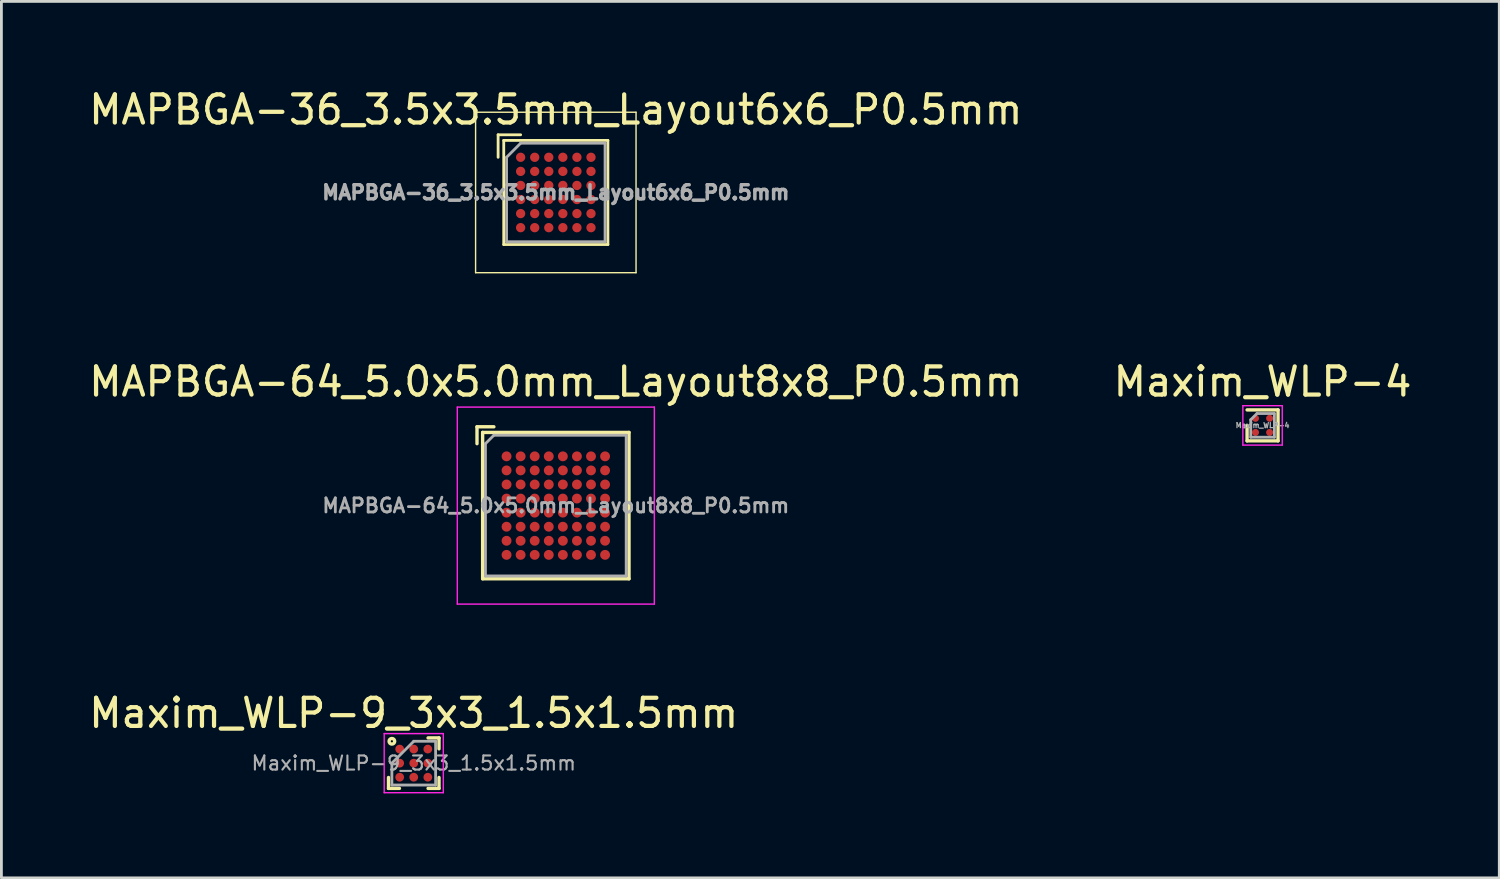
<source format=kicad_pcb>
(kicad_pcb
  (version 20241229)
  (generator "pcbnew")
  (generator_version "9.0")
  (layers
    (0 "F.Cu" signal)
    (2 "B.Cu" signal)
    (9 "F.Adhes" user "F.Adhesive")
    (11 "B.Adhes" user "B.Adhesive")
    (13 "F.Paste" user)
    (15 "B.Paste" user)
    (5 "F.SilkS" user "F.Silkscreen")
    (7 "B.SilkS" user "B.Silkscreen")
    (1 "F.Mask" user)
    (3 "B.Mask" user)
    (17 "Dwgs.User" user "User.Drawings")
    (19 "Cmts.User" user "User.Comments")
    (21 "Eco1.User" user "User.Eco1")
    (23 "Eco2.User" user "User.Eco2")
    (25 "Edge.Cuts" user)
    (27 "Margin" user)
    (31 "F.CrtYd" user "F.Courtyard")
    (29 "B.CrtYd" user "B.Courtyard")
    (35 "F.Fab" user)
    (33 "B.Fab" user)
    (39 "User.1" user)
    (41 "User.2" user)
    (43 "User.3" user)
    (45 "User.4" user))
  (footprint "Maxim_WLP-9_3x3_1.5x1.5mm"
    (layer "F.Cu")
    (at 11.649 24.062)
    (property "Reference" "Maxim_WLP-9_3x3_1.5x1.5mm" (at 0 -1.778 0) (layer "F.SilkS") (effects (font (size 1 1) (thickness 0.15))))
    (attr smd)
    (fp_line (start -0.897 0.897) (end -0.897 0.509) (stroke (width 0.12) (type solid)) (layer "F.SilkS"))
    (fp_line (start -0.509 0.897) (end -0.897 0.897) (stroke (width 0.12) (type solid)) (layer "F.SilkS"))
    (fp_line (start 0.509 -0.897) (end 0.897 -0.897) (stroke (width 0.12) (type solid)) (layer "F.SilkS"))
    (fp_line (start 0.509 0.897) (end 0.897 0.897) (stroke (width 0.12) (type solid)) (layer "F.SilkS"))
    (fp_line (start 0.897 -0.897) (end 0.897 -0.509) (stroke (width 0.12) (type solid)) (layer "F.SilkS"))
    (fp_line (start 0.897 0.897) (end 0.897 0.509) (stroke (width 0.12) (type solid)) (layer "F.SilkS"))
    (fp_circle (center -0.777 -0.777) (end -0.777 -0.677) (stroke (width 0.12) (type solid)) (fill no) (layer "F.SilkS"))
    (fp_line (start -1.05 -1.05) (end 1.05 -1.05) (stroke (width 0.05) (type solid)) (layer "F.CrtYd"))
    (fp_line (start -1.05 1.05) (end -1.05 -1.05) (stroke (width 0.05) (type solid)) (layer "F.CrtYd"))
    (fp_line (start 1.05 -1.05) (end 1.05 1.05) (stroke (width 0.05) (type solid)) (layer "F.CrtYd"))
    (fp_line (start 1.05 1.05) (end -1.05 1.05) (stroke (width 0.05) (type solid)) (layer "F.CrtYd"))
    (fp_line (start -0.777 0) (end -0.777 0.777) (stroke (width 0.1) (type solid)) (layer "F.Fab"))
    (fp_line (start -0.777 0.777) (end 0.777 0.777) (stroke (width 0.1) (type solid)) (layer "F.Fab"))
    (fp_line (start 0 -0.777) (end -0.777 0) (stroke (width 0.1) (type solid)) (layer "F.Fab"))
    (fp_line (start 0.777 -0.777) (end 0 -0.777) (stroke (width 0.1) (type solid)) (layer "F.Fab"))
    (fp_line (start 0.777 0.777) (end 0.777 -0.777) (stroke (width 0.1) (type solid)) (layer "F.Fab"))
    (fp_text user "${REFERENCE}" (at 0 0 0) (layer "F.Fab") (effects (font (size 0.5 0.5) (thickness 0.075))))
    (pad "A1" smd circle (at -0.5 -0.5) (size 0.31 0.31) (layers "F.Cu" "F.Mask" "F.Paste"))
    (pad "A2" smd circle (at 0 -0.5) (size 0.31 0.31) (layers "F.Cu" "F.Mask" "F.Paste"))
    (pad "A3" smd circle (at 0.5 -0.5) (size 0.31 0.31) (layers "F.Cu" "F.Mask" "F.Paste"))
    (pad "B1" smd circle (at -0.5 0) (size 0.31 0.31) (layers "F.Cu" "F.Mask" "F.Paste"))
    (pad "B2" smd circle (at 0 0) (size 0.31 0.31) (layers "F.Cu" "F.Mask" "F.Paste"))
    (pad "B3" smd circle (at 0.5 0) (size 0.31 0.31) (layers "F.Cu" "F.Mask" "F.Paste"))
    (pad "C1" smd circle (at -0.5 0.5) (size 0.31 0.31) (layers "F.Cu" "F.Mask" "F.Paste"))
    (pad "C2" smd circle (at 0 0.5) (size 0.31 0.31) (layers "F.Cu" "F.Mask" "F.Paste"))
    (pad "C3" smd circle (at 0.5 0.5) (size 0.31 0.31) (layers "F.Cu" "F.Mask" "F.Paste")))
  (footprint "MAPBGA-36_3.5x3.5mm_Layout6x6_P0.5mm"
    (layer "F.Cu")
    (at 16.696 3.788)
    (property "Reference" "MAPBGA-36_3.5x3.5mm_Layout6x6_P0.5mm" (at 0 -2.94 0) (layer "F.SilkS") (effects (font (size 1 1) (thickness 0.15))))
    (attr smd)
    (fp_line (start -2.85 -2.85) (end 2.85 -2.85) (stroke (width 0.05) (type solid)) (layer "F.SilkS"))
    (fp_line (start -2.85 2.85) (end -2.85 -2.85) (stroke (width 0.05) (type solid)) (layer "F.SilkS"))
    (fp_line (start -2.85 2.85) (end 2.85 2.85) (stroke (width 0.05) (type solid)) (layer "F.SilkS"))
    (fp_line (start -2.05 -2.05) (end -2.05 -1.25) (stroke (width 0.1) (type solid)) (layer "F.SilkS"))
    (fp_line (start -1.85 -1.85) (end 1.85 -1.85) (stroke (width 0.1) (type solid)) (layer "F.SilkS"))
    (fp_line (start -1.85 1.85) (end -1.85 -1.85) (stroke (width 0.1) (type solid)) (layer "F.SilkS"))
    (fp_line (start -1.85 1.85) (end 1.85 1.85) (stroke (width 0.1) (type solid)) (layer "F.SilkS"))
    (fp_line (start -1.25 -2.05) (end -2.05 -2.05) (stroke (width 0.1) (type solid)) (layer "F.SilkS"))
    (fp_line (start 1.85 1.85) (end 1.85 -1.85) (stroke (width 0.1) (type solid)) (layer "F.SilkS"))
    (fp_line (start 2.85 2.85) (end 2.85 -2.85) (stroke (width 0.05) (type solid)) (layer "F.SilkS"))
    (fp_line (start -1.75 -1.25) (end -1.25 -1.75) (stroke (width 0.1) (type solid)) (layer "F.Fab"))
    (fp_line (start -1.75 1.75) (end -1.75 -1.25) (stroke (width 0.1) (type solid)) (layer "F.Fab"))
    (fp_line (start -1.75 1.75) (end 1.75 1.75) (stroke (width 0.1) (type solid)) (layer "F.Fab"))
    (fp_line (start -1.25 -1.75) (end 1.75 -1.75) (stroke (width 0.1) (type solid)) (layer "F.Fab"))
    (fp_line (start 1.75 1.75) (end 1.75 -1.75) (stroke (width 0.1) (type solid)) (layer "F.Fab"))
    (fp_text user "${REFERENCE}" (at 0 0 0) (layer "F.Fab") (effects (font (size 0.5 0.5) (thickness 0.125))))
    (pad "A1" smd circle (at -1.25 -1.25) (size 0.33 0.33) (layers "F.Cu" "F.Mask" "F.Paste"))
    (pad "A2" smd circle (at -0.75 -1.25) (size 0.33 0.33) (layers "F.Cu" "F.Mask" "F.Paste"))
    (pad "A3" smd circle (at -0.25 -1.25) (size 0.33 0.33) (layers "F.Cu" "F.Mask" "F.Paste"))
    (pad "A4" smd circle (at 0.25 -1.25) (size 0.33 0.33) (layers "F.Cu" "F.Mask" "F.Paste"))
    (pad "A5" smd circle (at 0.75 -1.25) (size 0.33 0.33) (layers "F.Cu" "F.Mask" "F.Paste"))
    (pad "A6" smd circle (at 1.25 -1.25) (size 0.33 0.33) (layers "F.Cu" "F.Mask" "F.Paste"))
    (pad "B1" smd circle (at -1.25 -0.75) (size 0.33 0.33) (layers "F.Cu" "F.Mask" "F.Paste"))
    (pad "B2" smd circle (at -0.75 -0.75) (size 0.33 0.33) (layers "F.Cu" "F.Mask" "F.Paste"))
    (pad "B3" smd circle (at -0.25 -0.75) (size 0.33 0.33) (layers "F.Cu" "F.Mask" "F.Paste"))
    (pad "B4" smd circle (at 0.25 -0.75) (size 0.33 0.33) (layers "F.Cu" "F.Mask" "F.Paste"))
    (pad "B5" smd circle (at 0.75 -0.75) (size 0.33 0.33) (layers "F.Cu" "F.Mask" "F.Paste"))
    (pad "B6" smd circle (at 1.25 -0.75) (size 0.33 0.33) (layers "F.Cu" "F.Mask" "F.Paste"))
    (pad "C1" smd circle (at -1.25 -0.25) (size 0.33 0.33) (layers "F.Cu" "F.Mask" "F.Paste"))
    (pad "C2" smd circle (at -0.75 -0.25) (size 0.33 0.33) (layers "F.Cu" "F.Mask" "F.Paste"))
    (pad "C3" smd circle (at -0.25 -0.25) (size 0.33 0.33) (layers "F.Cu" "F.Mask" "F.Paste"))
    (pad "C4" smd circle (at 0.25 -0.25) (size 0.33 0.33) (layers "F.Cu" "F.Mask" "F.Paste"))
    (pad "C5" smd circle (at 0.75 -0.25) (size 0.33 0.33) (layers "F.Cu" "F.Mask" "F.Paste"))
    (pad "C6" smd circle (at 1.25 -0.25) (size 0.33 0.33) (layers "F.Cu" "F.Mask" "F.Paste"))
    (pad "D1" smd circle (at -1.25 0.25) (size 0.33 0.33) (layers "F.Cu" "F.Mask" "F.Paste"))
    (pad "D2" smd circle (at -0.75 0.25) (size 0.33 0.33) (layers "F.Cu" "F.Mask" "F.Paste"))
    (pad "D3" smd circle (at -0.25 0.25) (size 0.33 0.33) (layers "F.Cu" "F.Mask" "F.Paste"))
    (pad "D4" smd circle (at 0.25 0.25) (size 0.33 0.33) (layers "F.Cu" "F.Mask" "F.Paste"))
    (pad "D5" smd circle (at 0.75 0.25) (size 0.33 0.33) (layers "F.Cu" "F.Mask" "F.Paste"))
    (pad "D6" smd circle (at 1.25 0.25) (size 0.33 0.33) (layers "F.Cu" "F.Mask" "F.Paste"))
    (pad "E1" smd circle (at -1.25 0.75) (size 0.33 0.33) (layers "F.Cu" "F.Mask" "F.Paste"))
    (pad "E2" smd circle (at -0.75 0.75) (size 0.33 0.33) (layers "F.Cu" "F.Mask" "F.Paste"))
    (pad "E3" smd circle (at -0.25 0.75) (size 0.33 0.33) (layers "F.Cu" "F.Mask" "F.Paste"))
    (pad "E4" smd circle (at 0.25 0.75) (size 0.33 0.33) (layers "F.Cu" "F.Mask" "F.Paste"))
    (pad "E5" smd circle (at 0.75 0.75) (size 0.33 0.33) (layers "F.Cu" "F.Mask" "F.Paste"))
    (pad "E6" smd circle (at 1.25 0.75) (size 0.33 0.33) (layers "F.Cu" "F.Mask" "F.Paste"))
    (pad "F1" smd circle (at -1.25 1.25) (size 0.33 0.33) (layers "F.Cu" "F.Mask" "F.Paste"))
    (pad "F2" smd circle (at -0.75 1.25) (size 0.33 0.33) (layers "F.Cu" "F.Mask" "F.Paste"))
    (pad "F3" smd circle (at -0.25 1.25) (size 0.33 0.33) (layers "F.Cu" "F.Mask" "F.Paste"))
    (pad "F4" smd circle (at 0.25 1.25) (size 0.33 0.33) (layers "F.Cu" "F.Mask" "F.Paste"))
    (pad "F5" smd circle (at 0.75 1.25) (size 0.33 0.33) (layers "F.Cu" "F.Mask" "F.Paste"))
    (pad "F6" smd circle (at 1.25 1.25) (size 0.33 0.33) (layers "F.Cu" "F.Mask" "F.Paste")))
  (footprint "Maxim_WLP-4"
    (layer "F.Cu")
    (at 41.804 12.062)
    (property "Reference" "Maxim_WLP-4" (at 0 -1.55 0) (layer "F.SilkS") (effects (font (size 1 1) (thickness 0.15))))
    (attr smd)
    (fp_line (start -0.55 0) (end -0.55 0.55) (stroke (width 0.12) (type solid)) (layer "F.SilkS"))
    (fp_line (start -0.55 0.55) (end 0.55 0.55) (stroke (width 0.12) (type solid)) (layer "F.SilkS"))
    (fp_line (start 0.55 -0.55) (end -0.55 -0.55) (stroke (width 0.12) (type solid)) (layer "F.SilkS"))
    (fp_line (start 0.55 0.55) (end 0.55 -0.55) (stroke (width 0.12) (type solid)) (layer "F.SilkS"))
    (fp_line (start -0.7 -0.7) (end 0.7 -0.7) (stroke (width 0.05) (type solid)) (layer "F.CrtYd"))
    (fp_line (start -0.7 0.7) (end -0.7 -0.7) (stroke (width 0.05) (type solid)) (layer "F.CrtYd"))
    (fp_line (start 0.7 -0.7) (end 0.7 0.7) (stroke (width 0.05) (type solid)) (layer "F.CrtYd"))
    (fp_line (start 0.7 0.7) (end -0.7 0.7) (stroke (width 0.05) (type solid)) (layer "F.CrtYd"))
    (fp_line (start -0.42 -0.2) (end -0.42 0.42) (stroke (width 0.1) (type solid)) (layer "F.Fab"))
    (fp_line (start -0.2 -0.42) (end -0.42 -0.2) (stroke (width 0.1) (type solid)) (layer "F.Fab"))
    (fp_line (start 0.42 -0.42) (end -0.2 -0.42) (stroke (width 0.1) (type solid)) (layer "F.Fab"))
    (fp_line (start 0.42 -0.42) (end 0.42 0.42) (stroke (width 0.1) (type solid)) (layer "F.Fab"))
    (fp_line (start 0.42 0.42) (end -0.42 0.42) (stroke (width 0.1) (type solid)) (layer "F.Fab"))
    (fp_text user "${REFERENCE}" (at 0 0 0) (layer "F.Fab") (effects (font (size 0.18 0.18) (thickness 0.045))))
    (pad "A1" smd circle (at -0.25 -0.25) (size 0.25 0.25) (layers "F.Cu" "F.Mask" "F.Paste"))
    (pad "A2" smd circle (at 0.25 -0.25) (size 0.25 0.25) (layers "F.Cu" "F.Mask" "F.Paste"))
    (pad "B1" smd circle (at -0.25 0.25) (size 0.25 0.25) (layers "F.Cu" "F.Mask" "F.Paste"))
    (pad "B2" smd circle (at 0.25 0.25) (size 0.25 0.25) (layers "F.Cu" "F.Mask" "F.Paste")))
  (footprint "MAPBGA-64_5.0x5.0mm_Layout8x8_P0.5mm"
    (layer "F.Cu")
    (at 16.696 14.912)
    (property "Reference" "MAPBGA-64_5.0x5.0mm_Layout8x8_P0.5mm" (at 0 -4.4 0) (layer "F.SilkS") (effects (font (size 1 1) (thickness 0.15))))
    (attr smd)
    (fp_line (start -2.8 -2.8) (end -2.8 -2.2) (stroke (width 0.12) (type solid)) (layer "F.SilkS"))
    (fp_line (start -2.6 -2.6) (end -2.6 2.6) (stroke (width 0.12) (type solid)) (layer "F.SilkS"))
    (fp_line (start -2.6 -2.6) (end 2.6 -2.6) (stroke (width 0.12) (type solid)) (layer "F.SilkS"))
    (fp_line (start -2.6 2.6) (end 2.6 2.6) (stroke (width 0.12) (type solid)) (layer "F.SilkS"))
    (fp_line (start -2.2 -2.8) (end -2.8 -2.8) (stroke (width 0.12) (type solid)) (layer "F.SilkS"))
    (fp_line (start 2.6 -2.6) (end 2.6 2.6) (stroke (width 0.12) (type solid)) (layer "F.SilkS"))
    (fp_line (start -3.5 -3.5) (end 3.5 -3.5) (stroke (width 0.05) (type solid)) (layer "F.CrtYd"))
    (fp_line (start -3.5 3.5) (end -3.5 -3.5) (stroke (width 0.05) (type solid)) (layer "F.CrtYd"))
    (fp_line (start -3.5 3.5) (end 3.5 3.5) (stroke (width 0.05) (type solid)) (layer "F.CrtYd"))
    (fp_line (start 3.5 3.5) (end 3.5 -3.5) (stroke (width 0.05) (type solid)) (layer "F.CrtYd"))
    (fp_line (start -2.5 -2.2) (end -2.2 -2.5) (stroke (width 0.1) (type solid)) (layer "F.Fab"))
    (fp_line (start -2.5 2.5) (end -2.5 -2.2) (stroke (width 0.1) (type solid)) (layer "F.Fab"))
    (fp_line (start -2.5 2.5) (end 2.5 2.5) (stroke (width 0.1) (type solid)) (layer "F.Fab"))
    (fp_line (start -2.2 -2.5) (end 2.5 -2.5) (stroke (width 0.1) (type solid)) (layer "F.Fab"))
    (fp_line (start 2.5 2.5) (end 2.5 -2.5) (stroke (width 0.1) (type solid)) (layer "F.Fab"))
    (fp_text user "${REFERENCE}" (at 0 0 0) (layer "F.Fab") (effects (font (size 0.5 0.5) (thickness 0.1))))
    (pad "A1" smd circle (at -1.75 -1.75) (size 0.35 0.35) (layers "F.Cu" "F.Mask" "F.Paste"))
    (pad "A2" smd circle (at -1.25 -1.75) (size 0.35 0.35) (layers "F.Cu" "F.Mask" "F.Paste"))
    (pad "A3" smd circle (at -0.75 -1.75) (size 0.35 0.35) (layers "F.Cu" "F.Mask" "F.Paste"))
    (pad "A4" smd circle (at -0.25 -1.75) (size 0.35 0.35) (layers "F.Cu" "F.Mask" "F.Paste"))
    (pad "A5" smd circle (at 0.25 -1.75) (size 0.35 0.35) (layers "F.Cu" "F.Mask" "F.Paste"))
    (pad "A6" smd circle (at 0.75 -1.75) (size 0.35 0.35) (layers "F.Cu" "F.Mask" "F.Paste"))
    (pad "A7" smd circle (at 1.25 -1.75) (size 0.35 0.35) (layers "F.Cu" "F.Mask" "F.Paste"))
    (pad "A8" smd circle (at 1.75 -1.75) (size 0.35 0.35) (layers "F.Cu" "F.Mask" "F.Paste"))
    (pad "B1" smd circle (at -1.75 -1.25) (size 0.35 0.35) (layers "F.Cu" "F.Mask" "F.Paste"))
    (pad "B2" smd circle (at -1.25 -1.25) (size 0.35 0.35) (layers "F.Cu" "F.Mask" "F.Paste"))
    (pad "B3" smd circle (at -0.75 -1.25) (size 0.35 0.35) (layers "F.Cu" "F.Mask" "F.Paste"))
    (pad "B4" smd circle (at -0.25 -1.25) (size 0.35 0.35) (layers "F.Cu" "F.Mask" "F.Paste"))
    (pad "B5" smd circle (at 0.25 -1.25) (size 0.35 0.35) (layers "F.Cu" "F.Mask" "F.Paste"))
    (pad "B6" smd circle (at 0.75 -1.25) (size 0.35 0.35) (layers "F.Cu" "F.Mask" "F.Paste"))
    (pad "B7" smd circle (at 1.25 -1.25) (size 0.35 0.35) (layers "F.Cu" "F.Mask" "F.Paste"))
    (pad "B8" smd circle (at 1.75 -1.25) (size 0.35 0.35) (layers "F.Cu" "F.Mask" "F.Paste"))
    (pad "C1" smd circle (at -1.75 -0.75) (size 0.35 0.35) (layers "F.Cu" "F.Mask" "F.Paste"))
    (pad "C2" smd circle (at -1.25 -0.75) (size 0.35 0.35) (layers "F.Cu" "F.Mask" "F.Paste"))
    (pad "C3" smd circle (at -0.75 -0.75) (size 0.35 0.35) (layers "F.Cu" "F.Mask" "F.Paste"))
    (pad "C4" smd circle (at -0.25 -0.75) (size 0.35 0.35) (layers "F.Cu" "F.Mask" "F.Paste"))
    (pad "C5" smd circle (at 0.25 -0.75) (size 0.35 0.35) (layers "F.Cu" "F.Mask" "F.Paste"))
    (pad "C6" smd circle (at 0.75 -0.75) (size 0.35 0.35) (layers "F.Cu" "F.Mask" "F.Paste"))
    (pad "C7" smd circle (at 1.25 -0.75) (size 0.35 0.35) (layers "F.Cu" "F.Mask" "F.Paste"))
    (pad "C8" smd circle (at 1.75 -0.75) (size 0.35 0.35) (layers "F.Cu" "F.Mask" "F.Paste"))
    (pad "D1" smd circle (at -1.75 -0.25) (size 0.35 0.35) (layers "F.Cu" "F.Mask" "F.Paste"))
    (pad "D2" smd circle (at -1.25 -0.25) (size 0.35 0.35) (layers "F.Cu" "F.Mask" "F.Paste"))
    (pad "D3" smd circle (at -0.75 -0.25) (size 0.35 0.35) (layers "F.Cu" "F.Mask" "F.Paste"))
    (pad "D4" smd circle (at -0.25 -0.25) (size 0.35 0.35) (layers "F.Cu" "F.Mask" "F.Paste"))
    (pad "D5" smd circle (at 0.25 -0.25) (size 0.35 0.35) (layers "F.Cu" "F.Mask" "F.Paste"))
    (pad "D6" smd circle (at 0.75 -0.25) (size 0.35 0.35) (layers "F.Cu" "F.Mask" "F.Paste"))
    (pad "D7" smd circle (at 1.25 -0.25) (size 0.35 0.35) (layers "F.Cu" "F.Mask" "F.Paste"))
    (pad "D8" smd circle (at 1.75 -0.25) (size 0.35 0.35) (layers "F.Cu" "F.Mask" "F.Paste"))
    (pad "E1" smd circle (at -1.75 0.25) (size 0.35 0.35) (layers "F.Cu" "F.Mask" "F.Paste"))
    (pad "E2" smd circle (at -1.25 0.25) (size 0.35 0.35) (layers "F.Cu" "F.Mask" "F.Paste"))
    (pad "E3" smd circle (at -0.75 0.25) (size 0.35 0.35) (layers "F.Cu" "F.Mask" "F.Paste"))
    (pad "E4" smd circle (at -0.25 0.25) (size 0.35 0.35) (layers "F.Cu" "F.Mask" "F.Paste"))
    (pad "E5" smd circle (at 0.25 0.25) (size 0.35 0.35) (layers "F.Cu" "F.Mask" "F.Paste"))
    (pad "E6" smd circle (at 0.75 0.25) (size 0.35 0.35) (layers "F.Cu" "F.Mask" "F.Paste"))
    (pad "E7" smd circle (at 1.25 0.25) (size 0.35 0.35) (layers "F.Cu" "F.Mask" "F.Paste"))
    (pad "E8" smd circle (at 1.75 0.25) (size 0.35 0.35) (layers "F.Cu" "F.Mask" "F.Paste"))
    (pad "F1" smd circle (at -1.75 0.75) (size 0.35 0.35) (layers "F.Cu" "F.Mask" "F.Paste"))
    (pad "F2" smd circle (at -1.25 0.75) (size 0.35 0.35) (layers "F.Cu" "F.Mask" "F.Paste"))
    (pad "F3" smd circle (at -0.75 0.75) (size 0.35 0.35) (layers "F.Cu" "F.Mask" "F.Paste"))
    (pad "F4" smd circle (at -0.25 0.75) (size 0.35 0.35) (layers "F.Cu" "F.Mask" "F.Paste"))
    (pad "F5" smd circle (at 0.25 0.75) (size 0.35 0.35) (layers "F.Cu" "F.Mask" "F.Paste"))
    (pad "F6" smd circle (at 0.75 0.75) (size 0.35 0.35) (layers "F.Cu" "F.Mask" "F.Paste"))
    (pad "F7" smd circle (at 1.25 0.75) (size 0.35 0.35) (layers "F.Cu" "F.Mask" "F.Paste"))
    (pad "F8" smd circle (at 1.75 0.75) (size 0.35 0.35) (layers "F.Cu" "F.Mask" "F.Paste"))
    (pad "G1" smd circle (at -1.75 1.25) (size 0.35 0.35) (layers "F.Cu" "F.Mask" "F.Paste"))
    (pad "G2" smd circle (at -1.25 1.25) (size 0.35 0.35) (layers "F.Cu" "F.Mask" "F.Paste"))
    (pad "G3" smd circle (at -0.75 1.25) (size 0.35 0.35) (layers "F.Cu" "F.Mask" "F.Paste"))
    (pad "G4" smd circle (at -0.25 1.25) (size 0.35 0.35) (layers "F.Cu" "F.Mask" "F.Paste"))
    (pad "G5" smd circle (at 0.25 1.25) (size 0.35 0.35) (layers "F.Cu" "F.Mask" "F.Paste"))
    (pad "G6" smd circle (at 0.75 1.25) (size 0.35 0.35) (layers "F.Cu" "F.Mask" "F.Paste"))
    (pad "G7" smd circle (at 1.25 1.25) (size 0.35 0.35) (layers "F.Cu" "F.Mask" "F.Paste"))
    (pad "G8" smd circle (at 1.75 1.25) (size 0.35 0.35) (layers "F.Cu" "F.Mask" "F.Paste"))
    (pad "H1" smd circle (at -1.75 1.75) (size 0.35 0.35) (layers "F.Cu" "F.Mask" "F.Paste"))
    (pad "H2" smd circle (at -1.25 1.75) (size 0.35 0.35) (layers "F.Cu" "F.Mask" "F.Paste"))
    (pad "H3" smd circle (at -0.75 1.75) (size 0.35 0.35) (layers "F.Cu" "F.Mask" "F.Paste"))
    (pad "H4" smd circle (at -0.25 1.75) (size 0.35 0.35) (layers "F.Cu" "F.Mask" "F.Paste"))
    (pad "H5" smd circle (at 0.25 1.75) (size 0.35 0.35) (layers "F.Cu" "F.Mask" "F.Paste"))
    (pad "H6" smd circle (at 0.75 1.75) (size 0.35 0.35) (layers "F.Cu" "F.Mask" "F.Paste"))
    (pad "H7" smd circle (at 1.25 1.75) (size 0.35 0.35) (layers "F.Cu" "F.Mask" "F.Paste"))
    (pad "H8" smd circle (at 1.75 1.75) (size 0.35 0.35) (layers "F.Cu" "F.Mask" "F.Paste")))
  (gr_rect
    (start -3 -3)
    (end 50.214 28.137)
    (stroke (width 0.1) (type default))
    (fill no)
    (layer "Edge.Cuts")))
</source>
